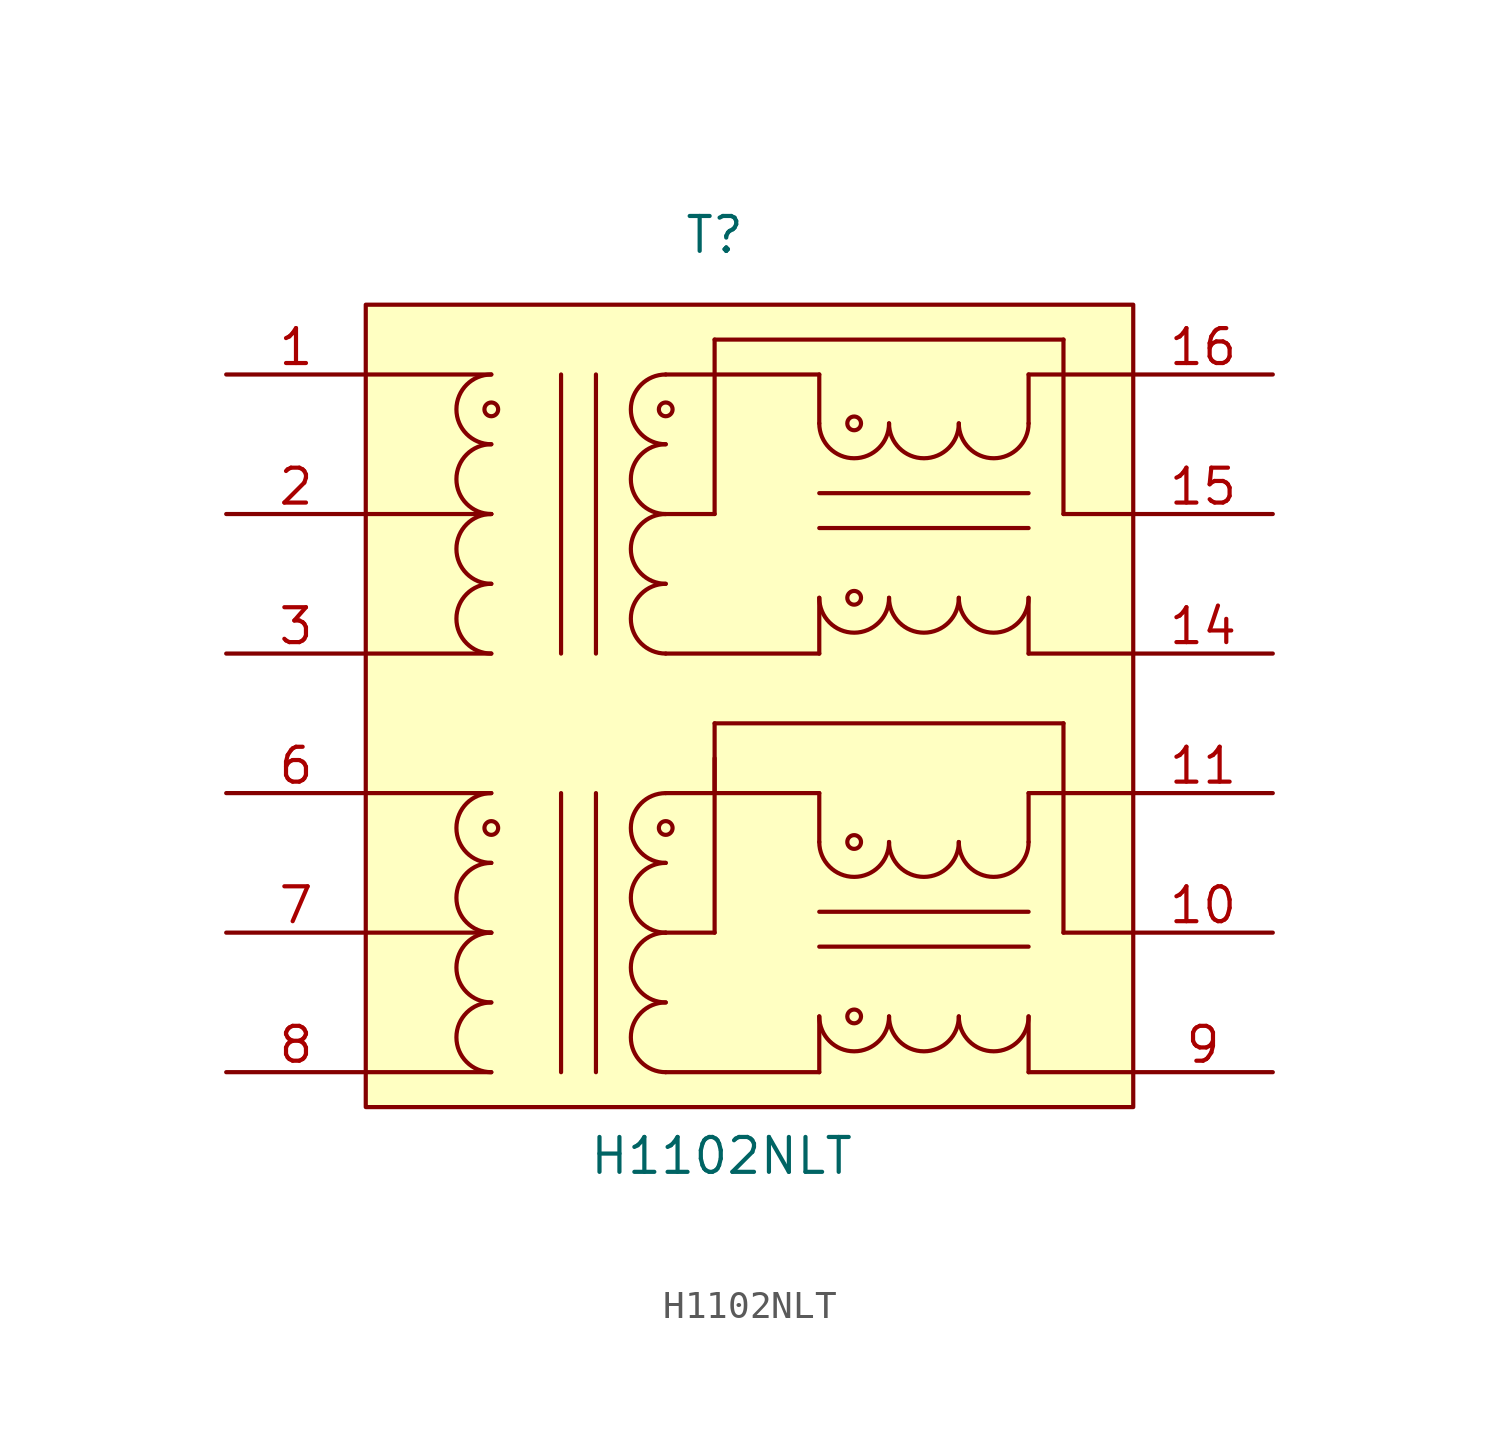
<source format=kicad_sym>
(kicad_symbol_lib
  (version 20231120)
  (generator "kicad_symbol_editor")
  (generator_version "8.0")
  (symbol "H1102NLT"
    (property "Reference" "T"
      (at 0 15.24 0)
      (effects (font (size 1.27 1.27))))
    (property "Value" "H1102NLT"
      (at 0.254 -18.288 0)
      (effects (font (size 1.27 1.27))))
    (symbol "H1102NLT_0_1"
      (rectangle (start -12.7 12.7) (end 15.24 -16.51) (stroke (width 0) (type default)) (fill (type background)))
      (arc (start -8.13 -12.7) (mid -9.3898 -13.97) (end -8.13 -15.24) (stroke (width 0) (type default)) (fill (type none)))
      (arc (start -8.13 -10.16) (mid -9.3898 -11.43) (end -8.13 -12.7) (stroke (width 0) (type default)) (fill (type none)))
      (arc (start -8.13 -7.62) (mid -9.3959 -8.89) (end -8.13 -10.16) (stroke (width 0) (type default)) (fill (type none)))
      (circle (center -8.13 -6.35) (radius 0.25) (stroke (width 0) (type default)) (fill (type none)))
      (arc (start -8.13 -5.08) (mid -9.3898 -6.35) (end -8.13 -7.62) (stroke (width 0) (type default)) (fill (type none)))
      (arc (start -8.13 2.54) (mid -9.3959 1.27) (end -8.13 0) (stroke (width 0) (type default)) (fill (type none)))
      (arc (start -8.13 5.08) (mid -9.3959 3.81) (end -8.13 2.54) (stroke (width 0) (type default)) (fill (type none)))
      (arc (start -8.13 7.62) (mid -9.3959 6.35) (end -8.13 5.08) (stroke (width 0) (type default)) (fill (type none)))
      (circle (center -8.13 8.89) (radius 0.25) (stroke (width 0) (type default)) (fill (type none)))
      (arc (start -8.13 10.16) (mid -9.3959 8.89) (end -8.13 7.62) (stroke (width 0) (type default)) (fill (type none)))
      (arc (start -1.78 -12.7) (mid -3.0398 -13.97) (end -1.78 -15.24) (stroke (width 0) (type default)) (fill (type none)))
      (arc (start -1.78 -10.16) (mid -3.0398 -11.43) (end -1.78 -12.7) (stroke (width 0) (type default)) (fill (type none)))
      (arc (start -1.78 -7.62) (mid -3.0459 -8.89) (end -1.78 -10.16) (stroke (width 0) (type default)) (fill (type none)))
      (circle (center -1.78 -6.35) (radius 0.25) (stroke (width 0) (type default)) (fill (type none)))
      (arc (start -1.78 -5.08) (mid -3.0398 -6.35) (end -1.78 -7.62) (stroke (width 0) (type default)) (fill (type none)))
      (arc (start -1.78 2.54) (mid -3.0459 1.27) (end -1.78 0) (stroke (width 0) (type default)) (fill (type none)))
      (arc (start -1.78 5.08) (mid -3.0459 3.81) (end -1.78 2.54) (stroke (width 0) (type default)) (fill (type none)))
      (arc (start -1.78 7.62) (mid -3.0459 6.35) (end -1.78 5.08) (stroke (width 0) (type default)) (fill (type none)))
      (circle (center -1.78 8.89) (radius 0.25) (stroke (width 0) (type default)) (fill (type none)))
      (arc (start -1.78 10.16) (mid -3.0459 8.89) (end -1.78 7.62) (stroke (width 0) (type default)) (fill (type none)))
      (polyline (pts (xy -12.7 -15.24) (xy -8.13 -15.24)) (stroke (width 0) (type default)) (fill (type none)))
      (polyline (pts (xy -12.7 -10.16) (xy -8.13 -10.16)) (stroke (width 0) (type default)) (fill (type none)))
      (polyline (pts (xy -12.7 -5.08) (xy -8.13 -5.08)) (stroke (width 0) (type default)) (fill (type none)))
      (polyline (pts (xy -12.7 0) (xy -8.13 0)) (stroke (width 0) (type default)) (fill (type none)))
      (polyline (pts (xy -12.7 5.08) (xy -8.13 5.08)) (stroke (width 0) (type default)) (fill (type none)))
      (polyline (pts (xy -12.7 10.16) (xy -8.13 10.16)) (stroke (width 0) (type default)) (fill (type none)))
      (polyline (pts (xy -5.59 -5.08) (xy -5.59 -15.24)) (stroke (width 0) (type default)) (fill (type none)))
      (polyline (pts (xy -5.59 10.16) (xy -5.59 0)) (stroke (width 0) (type default)) (fill (type none)))
      (polyline (pts (xy -4.32 -5.08) (xy -4.32 -15.24)) (stroke (width 0) (type default)) (fill (type none)))
      (polyline (pts (xy -4.32 10.16) (xy -4.32 0)) (stroke (width 0) (type default)) (fill (type none)))
      (polyline (pts (xy -1.78 -10.16) (xy 0 -10.16)) (stroke (width 0) (type default)) (fill (type none)))
      (polyline (pts (xy -1.78 -5.08) (xy 3.81 -5.08)) (stroke (width 0) (type default)) (fill (type none)))
      (polyline (pts (xy -1.78 5.08) (xy 0 5.08)) (stroke (width 0) (type default)) (fill (type none)))
      (polyline (pts (xy -1.78 10.16) (xy 3.81 10.16)) (stroke (width 0) (type default)) (fill (type none)))
      (polyline (pts (xy 0 -10.16) (xy 0 -3.81)) (stroke (width 0) (type default)) (fill (type none)))
      (polyline (pts (xy 0 -2.54) (xy 0 -5.08)) (stroke (width 0) (type default)) (fill (type none)))
      (polyline (pts (xy 0 -2.54) (xy 12.7 -2.54)) (stroke (width 0) (type default)) (fill (type none)))
      (polyline (pts (xy 0 5.08) (xy 0 11.43)) (stroke (width 0) (type default)) (fill (type none)))
      (polyline (pts (xy 0 11.43) (xy 12.7 11.43)) (stroke (width 0) (type default)) (fill (type none)))
      (polyline (pts (xy 3.81 -15.24) (xy -1.78 -15.24)) (stroke (width 0) (type default)) (fill (type none)))
      (polyline (pts (xy 3.81 -15.24) (xy 3.81 -13.21)) (stroke (width 0) (type default)) (fill (type none)))
      (polyline (pts (xy 3.81 -10.67) (xy 11.43 -10.67)) (stroke (width 0) (type default)) (fill (type none)))
      (polyline (pts (xy 3.81 -9.4) (xy 11.43 -9.4)) (stroke (width 0) (type default)) (fill (type none)))
      (polyline (pts (xy 3.81 -5.08) (xy 3.81 -6.86)) (stroke (width 0) (type default)) (fill (type none)))
      (polyline (pts (xy 3.81 0) (xy -1.78 0)) (stroke (width 0) (type default)) (fill (type none)))
      (polyline (pts (xy 3.81 0) (xy 3.81 2.03)) (stroke (width 0) (type default)) (fill (type none)))
      (polyline (pts (xy 3.81 4.57) (xy 11.43 4.57)) (stroke (width 0) (type default)) (fill (type none)))
      (polyline (pts (xy 3.81 5.84) (xy 11.43 5.84)) (stroke (width 0) (type default)) (fill (type none)))
      (polyline (pts (xy 3.81 10.16) (xy 3.81 8.38)) (stroke (width 0) (type default)) (fill (type none)))
      (polyline (pts (xy 11.43 -15.24) (xy 15.24 -15.24)) (stroke (width 0) (type default)) (fill (type none)))
      (polyline (pts (xy 11.43 -13.21) (xy 11.43 -15.24)) (stroke (width 0) (type default)) (fill (type none)))
      (polyline (pts (xy 11.43 -6.86) (xy 11.43 -5.08)) (stroke (width 0) (type default)) (fill (type none)))
      (polyline (pts (xy 11.43 -5.08) (xy 15.24 -5.08)) (stroke (width 0) (type default)) (fill (type none)))
      (polyline (pts (xy 11.43 0) (xy 15.24 0)) (stroke (width 0) (type default)) (fill (type none)))
      (polyline (pts (xy 11.43 2.03) (xy 11.43 0)) (stroke (width 0) (type default)) (fill (type none)))
      (polyline (pts (xy 11.43 8.38) (xy 11.43 10.16)) (stroke (width 0) (type default)) (fill (type none)))
      (polyline (pts (xy 11.43 10.16) (xy 15.24 10.16)) (stroke (width 0) (type default)) (fill (type none)))
      (polyline (pts (xy 12.7 -10.16) (xy 12.7 -2.54)) (stroke (width 0) (type default)) (fill (type none)))
      (polyline (pts (xy 12.7 -10.16) (xy 15.24 -10.16)) (stroke (width 0) (type default)) (fill (type none)))
      (polyline (pts (xy 12.7 5.08) (xy 12.7 11.43)) (stroke (width 0) (type default)) (fill (type none)))
      (polyline (pts (xy 12.7 5.08) (xy 15.24 5.08)) (stroke (width 0) (type default)) (fill (type none)))
      (arc (start 3.81 -13.21) (mid 5.08 -14.4749) (end 6.35 -13.21) (stroke (width 0) (type default)) (fill (type none)))
      (arc (start 3.81 -6.86) (mid 5.08 -8.1251) (end 6.35 -6.86) (stroke (width 0) (type default)) (fill (type none)))
      (arc (start 3.81 2.03) (mid 5.08 0.7651) (end 6.35 2.03) (stroke (width 0) (type default)) (fill (type none)))
      (arc (start 3.81 8.38) (mid 5.08 7.1149) (end 6.35 8.38) (stroke (width 0) (type default)) (fill (type none)))
      (circle (center 5.08 -13.21) (radius 0.25) (stroke (width 0) (type default)) (fill (type none)))
      (circle (center 5.08 -6.86) (radius 0.25) (stroke (width 0) (type default)) (fill (type none)))
      (circle (center 5.08 2.03) (radius 0.25) (stroke (width 0) (type default)) (fill (type none)))
      (circle (center 5.08 8.38) (radius 0.25) (stroke (width 0) (type default)) (fill (type none)))
      (arc (start 6.35 -13.21) (mid 7.62 -14.4749) (end 8.89 -13.21) (stroke (width 0) (type default)) (fill (type none)))
      (arc (start 6.35 -6.86) (mid 7.62 -8.1251) (end 8.89 -6.86) (stroke (width 0) (type default)) (fill (type none)))
      (arc (start 6.35 2.03) (mid 7.62 0.7651) (end 8.89 2.03) (stroke (width 0) (type default)) (fill (type none)))
      (arc (start 6.35 8.38) (mid 7.62 7.1149) (end 8.89 8.38) (stroke (width 0) (type default)) (fill (type none)))
      (arc (start 8.89 -13.21) (mid 10.16 -14.471) (end 11.43 -13.21) (stroke (width 0) (type default)) (fill (type none)))
      (arc (start 8.89 -6.86) (mid 10.16 -8.121) (end 11.43 -6.86) (stroke (width 0) (type default)) (fill (type none)))
      (arc (start 8.89 2.03) (mid 10.16 0.769) (end 11.43 2.03) (stroke (width 0) (type default)) (fill (type none)))
      (arc (start 8.89 8.38) (mid 10.16 7.119) (end 11.43 8.38) (stroke (width 0) (type default)) (fill (type none)))
      (pin unspecified line (at -17.78 10.16 0) (length 5.08) (name "" (effects (font (size 1.27 1.27)))) (number "1" (effects (font (size 1.27 1.27)))))
      (pin unspecified line (at 20.32 -10.16 180) (length 5.08) (name "" (effects (font (size 1.27 1.27)))) (number "10" (effects (font (size 1.27 1.27)))))
      (pin unspecified line (at 20.32 -5.08 180) (length 5.08) (name "" (effects (font (size 1.27 1.27)))) (number "11" (effects (font (size 1.27 1.27)))))
      (pin unspecified line (at 20.32 0 180) (length 5.08) (name "" (effects (font (size 1.27 1.27)))) (number "14" (effects (font (size 1.27 1.27)))))
      (pin unspecified line (at 20.32 5.08 180) (length 5.08) (name "" (effects (font (size 1.27 1.27)))) (number "15" (effects (font (size 1.27 1.27)))))
      (pin unspecified line (at 20.32 10.16 180) (length 5.08) (name "" (effects (font (size 1.27 1.27)))) (number "16" (effects (font (size 1.27 1.27)))))
      (pin unspecified line (at -17.78 5.08 0) (length 5.08) (name "" (effects (font (size 1.27 1.27)))) (number "2" (effects (font (size 1.27 1.27)))))
      (pin unspecified line (at -17.78 0 0) (length 5.08) (name "" (effects (font (size 1.27 1.27)))) (number "3" (effects (font (size 1.27 1.27)))))
      (pin unspecified line (at -17.78 -5.08 0) (length 5.08) (name "" (effects (font (size 1.27 1.27)))) (number "6" (effects (font (size 1.27 1.27)))))
      (pin unspecified line (at -17.78 -10.16 0) (length 5.08) (name "" (effects (font (size 1.27 1.27)))) (number "7" (effects (font (size 1.27 1.27)))))
      (pin unspecified line (at -17.78 -15.24 0) (length 5.08) (name "" (effects (font (size 1.27 1.27)))) (number "8" (effects (font (size 1.27 1.27)))))
      (pin unspecified line (at 20.32 -15.24 180) (length 5.08) (name "" (effects (font (size 1.27 1.27)))) (number "9" (effects (font (size 1.27 1.27))))))
    (symbol "H1102NLT_1_1"
      (pin no_connect line (at 15.24 -2.54 180) (length 5.08) hide (name "" (effects (font (size 1.27 1.27)))) (number "12" (effects (font (size 1.27 1.27)))))
      (pin no_connect line (at 15.24 -1.27 180) (length 5.08) hide (name "" (effects (font (size 1.27 1.27)))) (number "13" (effects (font (size 1.27 1.27)))))
      (pin no_connect line (at -12.7 -1.27 0) (length 5.08) hide (name "" (effects (font (size 1.27 1.27)))) (number "4" (effects (font (size 1.27 1.27)))))
      (pin no_connect line (at -12.7 -2.54 0) (length 5.08) hide (name "" (effects (font (size 1.27 1.27)))) (number "5" (effects (font (size 1.27 1.27))))))))
</source>
